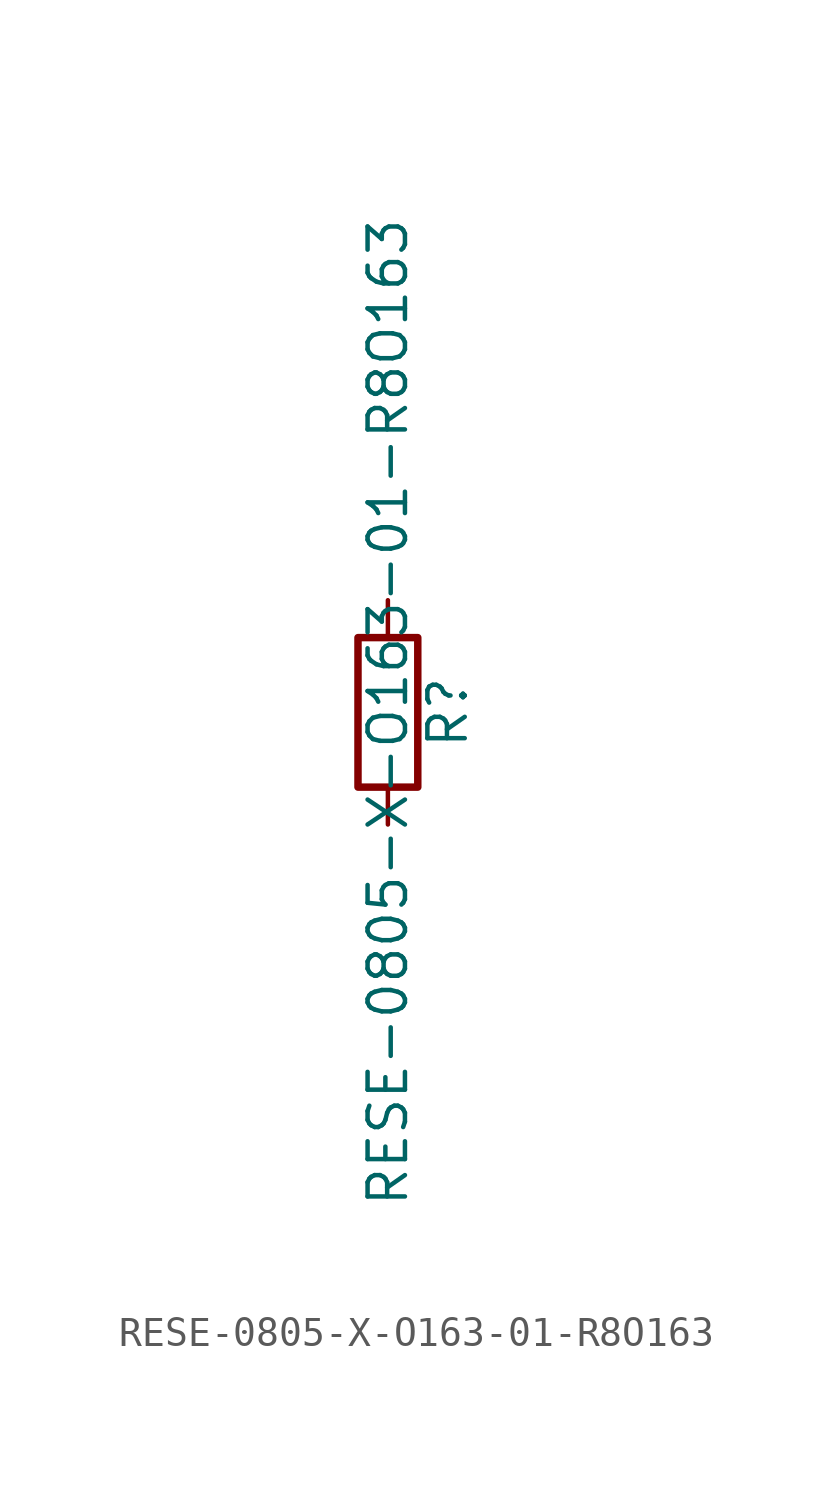
<source format=kicad_sym>
(kicad_symbol_lib
  (version 20211014)
  (generator kicad_symbol_editor)
  (symbol "RESE-0805-X-O163-01-R8O163"
    (pin_numbers hide)
    (pin_names
      (offset 0))
    (property "Reference" "R"
      (at 2.032 0 90)
      (effects (font (size 1.27 1.27))))
    (property "Value" "RESE-0805-X-O163-01-R8O163"
      (at 0 0 90)
      (effects (font (size 1.27 1.27))))
    (symbol "RESE-0805-X-O163-01-R8O163_0_1"
      (rectangle (start -1.016 -2.54) (end 1.016 2.54) (stroke (width 0.254) (type default) (color 0 0 0 0)) (fill (type none))))
    (symbol "RESE-0805-X-O163-01-R8O163_1_1"
      (pin passive line (at 0 3.81 270) (length 1.27) (name "~" (effects (font (size 1.27 1.27)))) (number "1" (effects (font (size 1.27 1.27)))))
      (pin passive line (at 0 -3.81 90) (length 1.27) (name "~" (effects (font (size 1.27 1.27)))) (number "2" (effects (font (size 1.27 1.27))))))))
</source>
